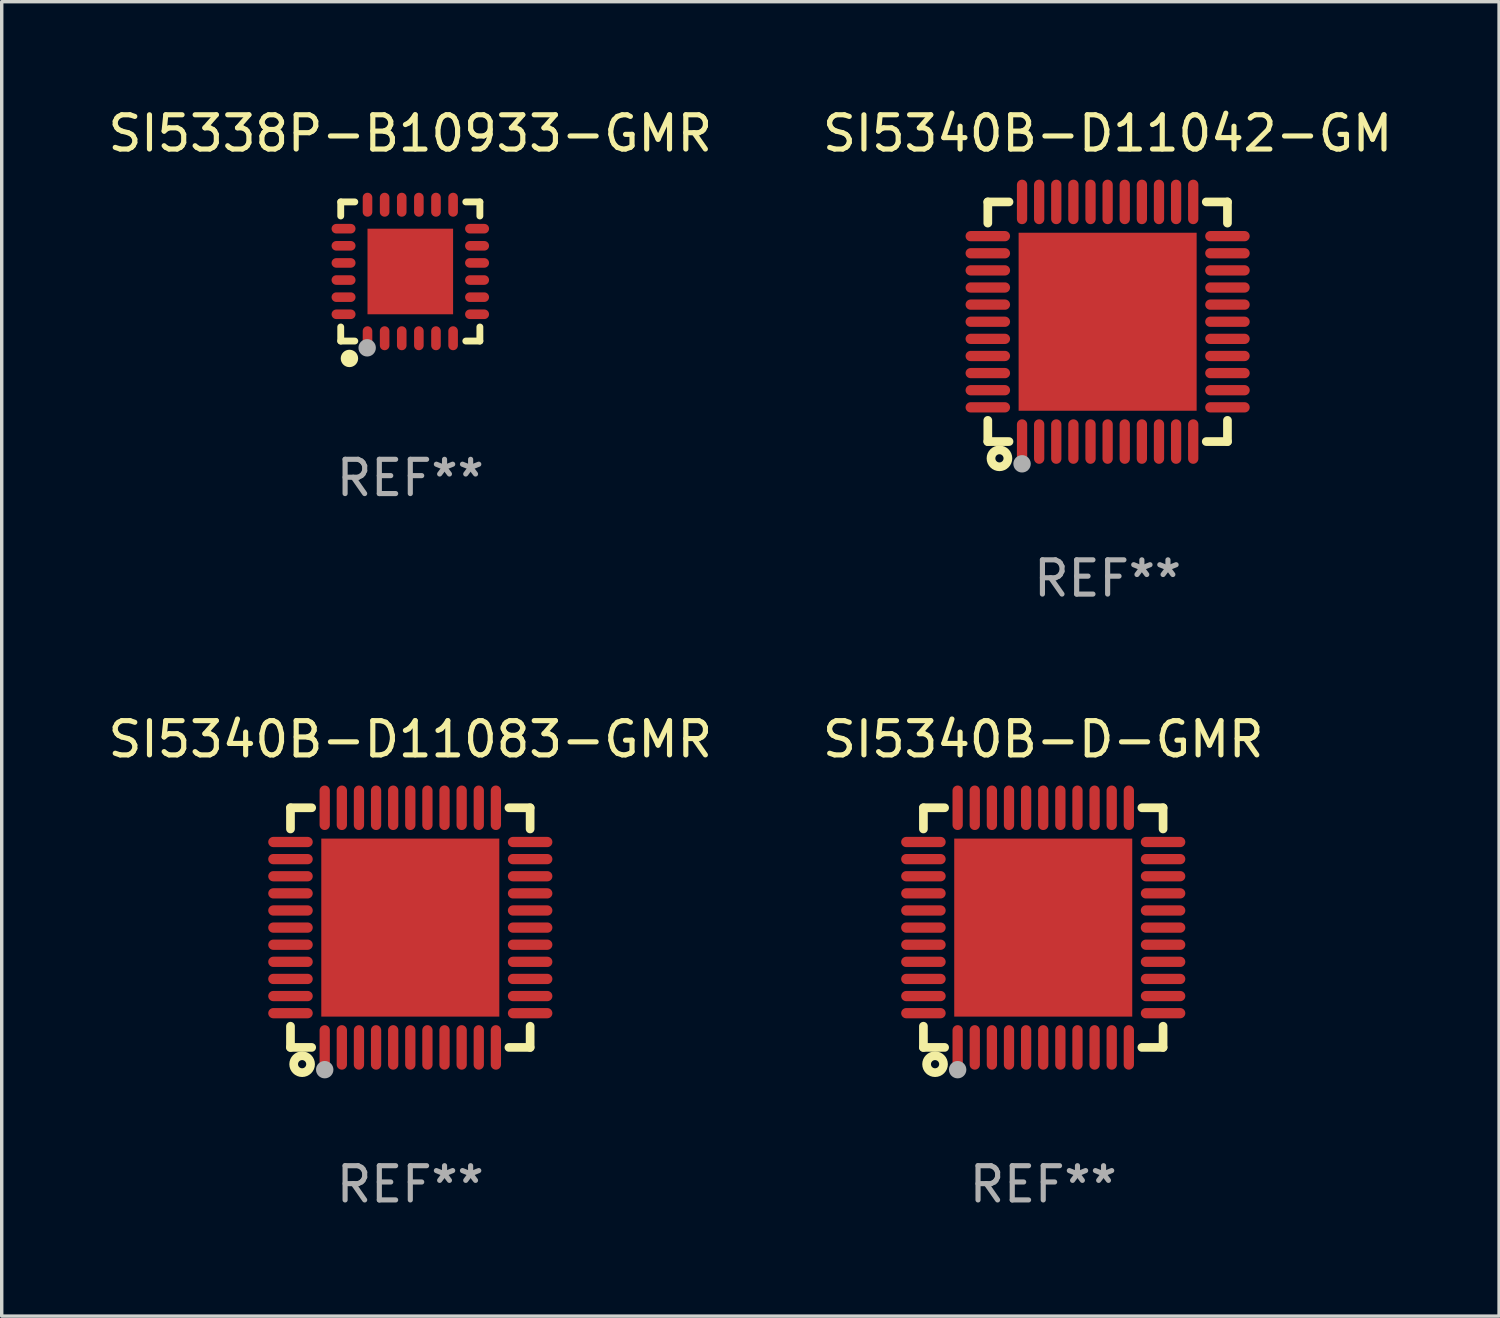
<source format=kicad_pcb>
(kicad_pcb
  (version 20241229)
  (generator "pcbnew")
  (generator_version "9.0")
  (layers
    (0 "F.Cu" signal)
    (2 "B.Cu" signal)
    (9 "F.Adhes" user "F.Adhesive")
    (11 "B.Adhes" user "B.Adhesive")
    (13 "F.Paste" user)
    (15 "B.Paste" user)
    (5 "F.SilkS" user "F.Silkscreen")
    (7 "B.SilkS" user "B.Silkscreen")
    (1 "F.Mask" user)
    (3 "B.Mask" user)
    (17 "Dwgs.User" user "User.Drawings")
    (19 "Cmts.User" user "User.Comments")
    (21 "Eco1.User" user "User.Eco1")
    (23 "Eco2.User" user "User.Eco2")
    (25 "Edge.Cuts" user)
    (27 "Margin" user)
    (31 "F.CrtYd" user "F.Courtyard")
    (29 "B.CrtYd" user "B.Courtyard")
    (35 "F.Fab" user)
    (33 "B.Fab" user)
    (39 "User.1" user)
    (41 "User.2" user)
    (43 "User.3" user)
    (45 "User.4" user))
  (footprint "SI5340B-D11083-GMR"
    (layer "F.Cu")
    (at 8.935 24.045)
    (property "Reference" "SI5340B-D11083-GMR" (at 0 -5.5 0) (layer "F.SilkS") (effects (font (size 1 1) (thickness 0.15))))
    (attr through_hole)
    (fp_line (start -3.5 -3.5) (end -2.881 -3.5) (stroke (width 0.254) (type solid)) (layer "F.SilkS"))
    (fp_line (start -3.5 -2.881) (end -3.5 -3.5) (stroke (width 0.254) (type solid)) (layer "F.SilkS"))
    (fp_line (start -3.5 3.5) (end -3.5 2.881) (stroke (width 0.254) (type solid)) (layer "F.SilkS"))
    (fp_line (start -2.881 3.5) (end -3.5 3.5) (stroke (width 0.254) (type solid)) (layer "F.SilkS"))
    (fp_line (start 2.881 -3.5) (end 3.5 -3.5) (stroke (width 0.254) (type solid)) (layer "F.SilkS"))
    (fp_line (start 3.5 -3.5) (end 3.5 -2.881) (stroke (width 0.254) (type solid)) (layer "F.SilkS"))
    (fp_line (start 3.5 2.881) (end 3.5 3.5) (stroke (width 0.254) (type solid)) (layer "F.SilkS"))
    (fp_line (start 3.5 3.5) (end 2.881 3.5) (stroke (width 0.254) (type solid)) (layer "F.SilkS"))
    (fp_circle (center -3.5 3.5) (end -3.47 3.5) (stroke (width 0.06) (type solid)) (fill no) (layer "F.SilkS"))
    (fp_circle (center -3.16 3.99) (end -3.04 3.99) (stroke (width 0.254) (type solid)) (fill no) (layer "F.SilkS"))
    (fp_circle (center -2.5 4.15) (end -2.373 4.15) (stroke (width 0.254) (type solid)) (fill no) (layer "F.Fab"))
    (fp_text user "REF**" (at 0 7.5 0) (layer "F.Fab") (effects (font (size 1 1) (thickness 0.15))))
    (pad "1" smd oval (at -2.5 3.5 90) (size 1.3 0.3) (layers "F.Cu" "F.Mask" "F.Paste"))
    (pad "2" smd oval (at -2 3.5 90) (size 1.3 0.3) (layers "F.Cu" "F.Mask" "F.Paste"))
    (pad "3" smd oval (at -1.5 3.5 90) (size 1.3 0.3) (layers "F.Cu" "F.Mask" "F.Paste"))
    (pad "4" smd oval (at -1 3.5 90) (size 1.3 0.3) (layers "F.Cu" "F.Mask" "F.Paste"))
    (pad "5" smd oval (at -0.5 3.5 90) (size 1.3 0.3) (layers "F.Cu" "F.Mask" "F.Paste"))
    (pad "6" smd oval (at -0.000127 3.5 90) (size 1.3 0.3) (layers "F.Cu" "F.Mask" "F.Paste"))
    (pad "7" smd oval (at 0.5 3.5 90) (size 1.3 0.3) (layers "F.Cu" "F.Mask" "F.Paste"))
    (pad "8" smd oval (at 1 3.5 90) (size 1.3 0.3) (layers "F.Cu" "F.Mask" "F.Paste"))
    (pad "9" smd oval (at 1.5 3.5 90) (size 1.3 0.3) (layers "F.Cu" "F.Mask" "F.Paste"))
    (pad "10" smd oval (at 2 3.5 90) (size 1.3 0.3) (layers "F.Cu" "F.Mask" "F.Paste"))
    (pad "11" smd oval (at 2.5 3.5 90) (size 1.3 0.3) (layers "F.Cu" "F.Mask" "F.Paste"))
    (pad "12" smd oval (at 3.5 2.5 90) (size 0.3 1.3) (layers "F.Cu" "F.Mask" "F.Paste"))
    (pad "13" smd oval (at 3.5 2 90) (size 0.3 1.3) (layers "F.Cu" "F.Mask" "F.Paste"))
    (pad "14" smd oval (at 3.5 1.5 90) (size 0.3 1.3) (layers "F.Cu" "F.Mask" "F.Paste"))
    (pad "15" smd oval (at 3.5 1 90) (size 0.3 1.3) (layers "F.Cu" "F.Mask" "F.Paste"))
    (pad "16" smd oval (at 3.5 0.5 90) (size 0.3 1.3) (layers "F.Cu" "F.Mask" "F.Paste"))
    (pad "17" smd oval (at 3.5 0.000127 90) (size 0.3 1.3) (layers "F.Cu" "F.Mask" "F.Paste"))
    (pad "18" smd oval (at 3.5 -0.5 90) (size 0.3 1.3) (layers "F.Cu" "F.Mask" "F.Paste"))
    (pad "19" smd oval (at 3.5 -1 90) (size 0.3 1.3) (layers "F.Cu" "F.Mask" "F.Paste"))
    (pad "20" smd oval (at 3.5 -1.5 90) (size 0.3 1.3) (layers "F.Cu" "F.Mask" "F.Paste"))
    (pad "21" smd oval (at 3.5 -2 90) (size 0.3 1.3) (layers "F.Cu" "F.Mask" "F.Paste"))
    (pad "22" smd oval (at 3.5 -2.5 90) (size 0.3 1.3) (layers "F.Cu" "F.Mask" "F.Paste"))
    (pad "23" smd oval (at 2.5 -3.5 90) (size 1.3 0.3) (layers "F.Cu" "F.Mask" "F.Paste"))
    (pad "24" smd oval (at 2 -3.5 90) (size 1.3 0.3) (layers "F.Cu" "F.Mask" "F.Paste"))
    (pad "25" smd oval (at 1.5 -3.5 90) (size 1.3 0.3) (layers "F.Cu" "F.Mask" "F.Paste"))
    (pad "26" smd oval (at 1 -3.5 90) (size 1.3 0.3) (layers "F.Cu" "F.Mask" "F.Paste"))
    (pad "27" smd oval (at 0.5 -3.5 90) (size 1.3 0.3) (layers "F.Cu" "F.Mask" "F.Paste"))
    (pad "28" smd oval (at -0.000127 -3.5 90) (size 1.3 0.3) (layers "F.Cu" "F.Mask" "F.Paste"))
    (pad "29" smd oval (at -0.5 -3.5 90) (size 1.3 0.3) (layers "F.Cu" "F.Mask" "F.Paste"))
    (pad "30" smd oval (at -1 -3.5 90) (size 1.3 0.3) (layers "F.Cu" "F.Mask" "F.Paste"))
    (pad "31" smd oval (at -1.5 -3.5 90) (size 1.3 0.3) (layers "F.Cu" "F.Mask" "F.Paste"))
    (pad "32" smd oval (at -2 -3.5 90) (size 1.3 0.3) (layers "F.Cu" "F.Mask" "F.Paste"))
    (pad "33" smd oval (at -2.5 -3.5 90) (size 1.3 0.3) (layers "F.Cu" "F.Mask" "F.Paste"))
    (pad "34" smd oval (at -3.5 -2.5 90) (size 0.3 1.3) (layers "F.Cu" "F.Mask" "F.Paste"))
    (pad "35" smd oval (at -3.5 -2 90) (size 0.3 1.3) (layers "F.Cu" "F.Mask" "F.Paste"))
    (pad "36" smd oval (at -3.5 -1.5 90) (size 0.3 1.3) (layers "F.Cu" "F.Mask" "F.Paste"))
    (pad "37" smd oval (at -3.5 -1 90) (size 0.3 1.3) (layers "F.Cu" "F.Mask" "F.Paste"))
    (pad "38" smd oval (at -3.5 -0.5 90) (size 0.3 1.3) (layers "F.Cu" "F.Mask" "F.Paste"))
    (pad "39" smd oval (at -3.5 0.000127 90) (size 0.3 1.3) (layers "F.Cu" "F.Mask" "F.Paste"))
    (pad "40" smd oval (at -3.5 0.5 90) (size 0.3 1.3) (layers "F.Cu" "F.Mask" "F.Paste"))
    (pad "41" smd oval (at -3.5 1 90) (size 0.3 1.3) (layers "F.Cu" "F.Mask" "F.Paste"))
    (pad "42" smd oval (at -3.5 1.5 90) (size 0.3 1.3) (layers "F.Cu" "F.Mask" "F.Paste"))
    (pad "43" smd oval (at -3.5 2 90) (size 0.3 1.3) (layers "F.Cu" "F.Mask" "F.Paste"))
    (pad "44" smd oval (at -3.5 2.5 90) (size 0.3 1.3) (layers "F.Cu" "F.Mask" "F.Paste"))
    (pad "45" smd rect (at -0.000127 0.000127 90) (size 5.2 5.2) (layers "F.Cu" "F.Mask" "F.Paste")))
  (footprint "SI5340B-D11042-GM"
    (layer "F.Cu")
    (at 29.304 6.348)
    (property "Reference" "SI5340B-D11042-GM" (at 0 -5.5 0) (layer "F.SilkS") (effects (font (size 1 1) (thickness 0.15))))
    (attr through_hole)
    (fp_line (start -3.5 -3.5) (end -2.881 -3.5) (stroke (width 0.254) (type solid)) (layer "F.SilkS"))
    (fp_line (start -3.5 -2.881) (end -3.5 -3.5) (stroke (width 0.254) (type solid)) (layer "F.SilkS"))
    (fp_line (start -3.5 3.5) (end -3.5 2.881) (stroke (width 0.254) (type solid)) (layer "F.SilkS"))
    (fp_line (start -2.881 3.5) (end -3.5 3.5) (stroke (width 0.254) (type solid)) (layer "F.SilkS"))
    (fp_line (start 2.881 -3.5) (end 3.5 -3.5) (stroke (width 0.254) (type solid)) (layer "F.SilkS"))
    (fp_line (start 3.5 -3.5) (end 3.5 -2.881) (stroke (width 0.254) (type solid)) (layer "F.SilkS"))
    (fp_line (start 3.5 2.881) (end 3.5 3.5) (stroke (width 0.254) (type solid)) (layer "F.SilkS"))
    (fp_line (start 3.5 3.5) (end 2.881 3.5) (stroke (width 0.254) (type solid)) (layer "F.SilkS"))
    (fp_circle (center -3.5 3.5) (end -3.47 3.5) (stroke (width 0.06) (type solid)) (fill no) (layer "F.SilkS"))
    (fp_circle (center -3.16 3.99) (end -3.04 3.99) (stroke (width 0.254) (type solid)) (fill no) (layer "F.SilkS"))
    (fp_circle (center -2.5 4.15) (end -2.373 4.15) (stroke (width 0.254) (type solid)) (fill no) (layer "F.Fab"))
    (fp_text user "REF**" (at 0 7.5 0) (layer "F.Fab") (effects (font (size 1 1) (thickness 0.15))))
    (pad "1" smd oval (at -2.5 3.5 90) (size 1.3 0.3) (layers "F.Cu" "F.Mask" "F.Paste"))
    (pad "2" smd oval (at -2 3.5 90) (size 1.3 0.3) (layers "F.Cu" "F.Mask" "F.Paste"))
    (pad "3" smd oval (at -1.5 3.5 90) (size 1.3 0.3) (layers "F.Cu" "F.Mask" "F.Paste"))
    (pad "4" smd oval (at -1 3.5 90) (size 1.3 0.3) (layers "F.Cu" "F.Mask" "F.Paste"))
    (pad "5" smd oval (at -0.5 3.5 90) (size 1.3 0.3) (layers "F.Cu" "F.Mask" "F.Paste"))
    (pad "6" smd oval (at -0.000127 3.5 90) (size 1.3 0.3) (layers "F.Cu" "F.Mask" "F.Paste"))
    (pad "7" smd oval (at 0.5 3.5 90) (size 1.3 0.3) (layers "F.Cu" "F.Mask" "F.Paste"))
    (pad "8" smd oval (at 1 3.5 90) (size 1.3 0.3) (layers "F.Cu" "F.Mask" "F.Paste"))
    (pad "9" smd oval (at 1.5 3.5 90) (size 1.3 0.3) (layers "F.Cu" "F.Mask" "F.Paste"))
    (pad "10" smd oval (at 2 3.5 90) (size 1.3 0.3) (layers "F.Cu" "F.Mask" "F.Paste"))
    (pad "11" smd oval (at 2.5 3.5 90) (size 1.3 0.3) (layers "F.Cu" "F.Mask" "F.Paste"))
    (pad "12" smd oval (at 3.5 2.5 90) (size 0.3 1.3) (layers "F.Cu" "F.Mask" "F.Paste"))
    (pad "13" smd oval (at 3.5 2 90) (size 0.3 1.3) (layers "F.Cu" "F.Mask" "F.Paste"))
    (pad "14" smd oval (at 3.5 1.5 90) (size 0.3 1.3) (layers "F.Cu" "F.Mask" "F.Paste"))
    (pad "15" smd oval (at 3.5 1 90) (size 0.3 1.3) (layers "F.Cu" "F.Mask" "F.Paste"))
    (pad "16" smd oval (at 3.5 0.5 90) (size 0.3 1.3) (layers "F.Cu" "F.Mask" "F.Paste"))
    (pad "17" smd oval (at 3.5 0.000127 90) (size 0.3 1.3) (layers "F.Cu" "F.Mask" "F.Paste"))
    (pad "18" smd oval (at 3.5 -0.5 90) (size 0.3 1.3) (layers "F.Cu" "F.Mask" "F.Paste"))
    (pad "19" smd oval (at 3.5 -1 90) (size 0.3 1.3) (layers "F.Cu" "F.Mask" "F.Paste"))
    (pad "20" smd oval (at 3.5 -1.5 90) (size 0.3 1.3) (layers "F.Cu" "F.Mask" "F.Paste"))
    (pad "21" smd oval (at 3.5 -2 90) (size 0.3 1.3) (layers "F.Cu" "F.Mask" "F.Paste"))
    (pad "22" smd oval (at 3.5 -2.5 90) (size 0.3 1.3) (layers "F.Cu" "F.Mask" "F.Paste"))
    (pad "23" smd oval (at 2.5 -3.5 90) (size 1.3 0.3) (layers "F.Cu" "F.Mask" "F.Paste"))
    (pad "24" smd oval (at 2 -3.5 90) (size 1.3 0.3) (layers "F.Cu" "F.Mask" "F.Paste"))
    (pad "25" smd oval (at 1.5 -3.5 90) (size 1.3 0.3) (layers "F.Cu" "F.Mask" "F.Paste"))
    (pad "26" smd oval (at 1 -3.5 90) (size 1.3 0.3) (layers "F.Cu" "F.Mask" "F.Paste"))
    (pad "27" smd oval (at 0.5 -3.5 90) (size 1.3 0.3) (layers "F.Cu" "F.Mask" "F.Paste"))
    (pad "28" smd oval (at -0.000127 -3.5 90) (size 1.3 0.3) (layers "F.Cu" "F.Mask" "F.Paste"))
    (pad "29" smd oval (at -0.5 -3.5 90) (size 1.3 0.3) (layers "F.Cu" "F.Mask" "F.Paste"))
    (pad "30" smd oval (at -1 -3.5 90) (size 1.3 0.3) (layers "F.Cu" "F.Mask" "F.Paste"))
    (pad "31" smd oval (at -1.5 -3.5 90) (size 1.3 0.3) (layers "F.Cu" "F.Mask" "F.Paste"))
    (pad "32" smd oval (at -2 -3.5 90) (size 1.3 0.3) (layers "F.Cu" "F.Mask" "F.Paste"))
    (pad "33" smd oval (at -2.5 -3.5 90) (size 1.3 0.3) (layers "F.Cu" "F.Mask" "F.Paste"))
    (pad "34" smd oval (at -3.5 -2.5 90) (size 0.3 1.3) (layers "F.Cu" "F.Mask" "F.Paste"))
    (pad "35" smd oval (at -3.5 -2 90) (size 0.3 1.3) (layers "F.Cu" "F.Mask" "F.Paste"))
    (pad "36" smd oval (at -3.5 -1.5 90) (size 0.3 1.3) (layers "F.Cu" "F.Mask" "F.Paste"))
    (pad "37" smd oval (at -3.5 -1 90) (size 0.3 1.3) (layers "F.Cu" "F.Mask" "F.Paste"))
    (pad "38" smd oval (at -3.5 -0.5 90) (size 0.3 1.3) (layers "F.Cu" "F.Mask" "F.Paste"))
    (pad "39" smd oval (at -3.5 0.000127 90) (size 0.3 1.3) (layers "F.Cu" "F.Mask" "F.Paste"))
    (pad "40" smd oval (at -3.5 0.5 90) (size 0.3 1.3) (layers "F.Cu" "F.Mask" "F.Paste"))
    (pad "41" smd oval (at -3.5 1 90) (size 0.3 1.3) (layers "F.Cu" "F.Mask" "F.Paste"))
    (pad "42" smd oval (at -3.5 1.5 90) (size 0.3 1.3) (layers "F.Cu" "F.Mask" "F.Paste"))
    (pad "43" smd oval (at -3.5 2 90) (size 0.3 1.3) (layers "F.Cu" "F.Mask" "F.Paste"))
    (pad "44" smd oval (at -3.5 2.5 90) (size 0.3 1.3) (layers "F.Cu" "F.Mask" "F.Paste"))
    (pad "45" smd rect (at -0.000127 0.000127 90) (size 5.2 5.2) (layers "F.Cu" "F.Mask" "F.Paste")))
  (footprint "SI5338P-B10933-GMR"
    (layer "F.Cu")
    (at 8.935 4.88)
    (property "Reference" "SI5338P-B10933-GMR" (at 0 -4.032 0) (layer "F.SilkS") (effects (font (size 1 1) (thickness 0.15))))
    (attr through_hole)
    (fp_line (start -2.032 -2.032) (end -1.621 -2.032) (stroke (width 0.2) (type solid)) (layer "F.SilkS"))
    (fp_line (start -2.032 -1.621) (end -2.032 -2.032) (stroke (width 0.2) (type solid)) (layer "F.SilkS"))
    (fp_line (start -2.032 2.032) (end -2.032 1.621) (stroke (width 0.2) (type solid)) (layer "F.SilkS"))
    (fp_line (start -1.621 2.032) (end -2.032 2.032) (stroke (width 0.2) (type solid)) (layer "F.SilkS"))
    (fp_line (start 1.621 -2.032) (end 2.032 -2.032) (stroke (width 0.2) (type solid)) (layer "F.SilkS"))
    (fp_line (start 2.032 -2.032) (end 2.032 -1.621) (stroke (width 0.2) (type solid)) (layer "F.SilkS"))
    (fp_line (start 2.032 1.621) (end 2.032 2.032) (stroke (width 0.2) (type solid)) (layer "F.SilkS"))
    (fp_line (start 2.032 2.032) (end 1.621 2.032) (stroke (width 0.2) (type solid)) (layer "F.SilkS"))
    (fp_circle (center -2 2) (end -1.97 2) (stroke (width 0.06) (type solid)) (fill no) (layer "F.SilkS"))
    (fp_circle (center -1.778 2.54) (end -1.651 2.54) (stroke (width 0.254) (type solid)) (fill no) (layer "F.SilkS"))
    (fp_circle (center -1.26 2.23) (end -1.133 2.23) (stroke (width 0.254) (type solid)) (fill no) (layer "F.Fab"))
    (fp_text user "REF**" (at 0 6.032 0) (layer "F.Fab") (effects (font (size 1 1) (thickness 0.15))))
    (pad "1" smd oval (at -1.25 1.95 180) (size 0.28 0.7) (layers "F.Cu" "F.Mask" "F.Paste"))
    (pad "2" smd oval (at -0.75 1.95 180) (size 0.28 0.7) (layers "F.Cu" "F.Mask" "F.Paste"))
    (pad "3" smd oval (at -0.25 1.95 180) (size 0.28 0.7) (layers "F.Cu" "F.Mask" "F.Paste"))
    (pad "4" smd oval (at 0.25 1.95 180) (size 0.28 0.7) (layers "F.Cu" "F.Mask" "F.Paste"))
    (pad "5" smd oval (at 0.75 1.95 180) (size 0.28 0.7) (layers "F.Cu" "F.Mask" "F.Paste"))
    (pad "6" smd oval (at 1.25 1.95 180) (size 0.28 0.7) (layers "F.Cu" "F.Mask" "F.Paste"))
    (pad "7" smd oval (at 1.95 1.25 270) (size 0.28 0.7) (layers "F.Cu" "F.Mask" "F.Paste"))
    (pad "8" smd oval (at 1.95 0.75 270) (size 0.28 0.7) (layers "F.Cu" "F.Mask" "F.Paste"))
    (pad "9" smd oval (at 1.95 0.25 270) (size 0.28 0.7) (layers "F.Cu" "F.Mask" "F.Paste"))
    (pad "10" smd oval (at 1.95 -0.25 270) (size 0.28 0.7) (layers "F.Cu" "F.Mask" "F.Paste"))
    (pad "11" smd oval (at 1.95 -0.75 270) (size 0.28 0.7) (layers "F.Cu" "F.Mask" "F.Paste"))
    (pad "12" smd oval (at 1.95 -1.25 270) (size 0.28 0.7) (layers "F.Cu" "F.Mask" "F.Paste"))
    (pad "13" smd oval (at 1.25 -1.95) (size 0.28 0.7) (layers "F.Cu" "F.Mask" "F.Paste"))
    (pad "14" smd oval (at 0.75 -1.95) (size 0.28 0.7) (layers "F.Cu" "F.Mask" "F.Paste"))
    (pad "15" smd oval (at 0.25 -1.95) (size 0.28 0.7) (layers "F.Cu" "F.Mask" "F.Paste"))
    (pad "16" smd oval (at -0.25 -1.95) (size 0.28 0.7) (layers "F.Cu" "F.Mask" "F.Paste"))
    (pad "17" smd oval (at -0.75 -1.95) (size 0.28 0.7) (layers "F.Cu" "F.Mask" "F.Paste"))
    (pad "18" smd oval (at -1.25 -1.95) (size 0.28 0.7) (layers "F.Cu" "F.Mask" "F.Paste"))
    (pad "19" smd oval (at -1.95 -1.25 90) (size 0.28 0.7) (layers "F.Cu" "F.Mask" "F.Paste"))
    (pad "20" smd oval (at -1.95 -0.75 90) (size 0.28 0.7) (layers "F.Cu" "F.Mask" "F.Paste"))
    (pad "21" smd oval (at -1.95 -0.25 90) (size 0.28 0.7) (layers "F.Cu" "F.Mask" "F.Paste"))
    (pad "22" smd oval (at -1.95 0.25 90) (size 0.28 0.7) (layers "F.Cu" "F.Mask" "F.Paste"))
    (pad "23" smd oval (at -1.95 0.75 90) (size 0.28 0.7) (layers "F.Cu" "F.Mask" "F.Paste"))
    (pad "24" smd oval (at -1.95 1.25 90) (size 0.28 0.7) (layers "F.Cu" "F.Mask" "F.Paste"))
    (pad "25" smd rect (at -0.000178 0.000025 90) (size 2.5 2.5) (layers "F.Cu" "F.Mask" "F.Paste")))
  (footprint "SI5340B-D-GMR"
    (layer "F.Cu")
    (at 27.423 24.045)
    (property "Reference" "SI5340B-D-GMR" (at 0 -5.5 0) (layer "F.SilkS") (effects (font (size 1 1) (thickness 0.15))))
    (attr through_hole)
    (fp_line (start -3.5 -3.5) (end -2.881 -3.5) (stroke (width 0.254) (type solid)) (layer "F.SilkS"))
    (fp_line (start -3.5 -2.881) (end -3.5 -3.5) (stroke (width 0.254) (type solid)) (layer "F.SilkS"))
    (fp_line (start -3.5 3.5) (end -3.5 2.881) (stroke (width 0.254) (type solid)) (layer "F.SilkS"))
    (fp_line (start -2.881 3.5) (end -3.5 3.5) (stroke (width 0.254) (type solid)) (layer "F.SilkS"))
    (fp_line (start 2.881 -3.5) (end 3.5 -3.5) (stroke (width 0.254) (type solid)) (layer "F.SilkS"))
    (fp_line (start 3.5 -3.5) (end 3.5 -2.881) (stroke (width 0.254) (type solid)) (layer "F.SilkS"))
    (fp_line (start 3.5 2.881) (end 3.5 3.5) (stroke (width 0.254) (type solid)) (layer "F.SilkS"))
    (fp_line (start 3.5 3.5) (end 2.881 3.5) (stroke (width 0.254) (type solid)) (layer "F.SilkS"))
    (fp_circle (center -3.5 3.5) (end -3.47 3.5) (stroke (width 0.06) (type solid)) (fill no) (layer "F.SilkS"))
    (fp_circle (center -3.16 3.99) (end -3.04 3.99) (stroke (width 0.254) (type solid)) (fill no) (layer "F.SilkS"))
    (fp_circle (center -2.5 4.15) (end -2.373 4.15) (stroke (width 0.254) (type solid)) (fill no) (layer "F.Fab"))
    (fp_text user "REF**" (at 0 7.5 0) (layer "F.Fab") (effects (font (size 1 1) (thickness 0.15))))
    (pad "1" smd oval (at -2.5 3.5 90) (size 1.3 0.3) (layers "F.Cu" "F.Mask" "F.Paste"))
    (pad "2" smd oval (at -2 3.5 90) (size 1.3 0.3) (layers "F.Cu" "F.Mask" "F.Paste"))
    (pad "3" smd oval (at -1.5 3.5 90) (size 1.3 0.3) (layers "F.Cu" "F.Mask" "F.Paste"))
    (pad "4" smd oval (at -1 3.5 90) (size 1.3 0.3) (layers "F.Cu" "F.Mask" "F.Paste"))
    (pad "5" smd oval (at -0.5 3.5 90) (size 1.3 0.3) (layers "F.Cu" "F.Mask" "F.Paste"))
    (pad "6" smd oval (at -0.000127 3.5 90) (size 1.3 0.3) (layers "F.Cu" "F.Mask" "F.Paste"))
    (pad "7" smd oval (at 0.5 3.5 90) (size 1.3 0.3) (layers "F.Cu" "F.Mask" "F.Paste"))
    (pad "8" smd oval (at 1 3.5 90) (size 1.3 0.3) (layers "F.Cu" "F.Mask" "F.Paste"))
    (pad "9" smd oval (at 1.5 3.5 90) (size 1.3 0.3) (layers "F.Cu" "F.Mask" "F.Paste"))
    (pad "10" smd oval (at 2 3.5 90) (size 1.3 0.3) (layers "F.Cu" "F.Mask" "F.Paste"))
    (pad "11" smd oval (at 2.5 3.5 90) (size 1.3 0.3) (layers "F.Cu" "F.Mask" "F.Paste"))
    (pad "12" smd oval (at 3.5 2.5 90) (size 0.3 1.3) (layers "F.Cu" "F.Mask" "F.Paste"))
    (pad "13" smd oval (at 3.5 2 90) (size 0.3 1.3) (layers "F.Cu" "F.Mask" "F.Paste"))
    (pad "14" smd oval (at 3.5 1.5 90) (size 0.3 1.3) (layers "F.Cu" "F.Mask" "F.Paste"))
    (pad "15" smd oval (at 3.5 1 90) (size 0.3 1.3) (layers "F.Cu" "F.Mask" "F.Paste"))
    (pad "16" smd oval (at 3.5 0.5 90) (size 0.3 1.3) (layers "F.Cu" "F.Mask" "F.Paste"))
    (pad "17" smd oval (at 3.5 0.000127 90) (size 0.3 1.3) (layers "F.Cu" "F.Mask" "F.Paste"))
    (pad "18" smd oval (at 3.5 -0.5 90) (size 0.3 1.3) (layers "F.Cu" "F.Mask" "F.Paste"))
    (pad "19" smd oval (at 3.5 -1 90) (size 0.3 1.3) (layers "F.Cu" "F.Mask" "F.Paste"))
    (pad "20" smd oval (at 3.5 -1.5 90) (size 0.3 1.3) (layers "F.Cu" "F.Mask" "F.Paste"))
    (pad "21" smd oval (at 3.5 -2 90) (size 0.3 1.3) (layers "F.Cu" "F.Mask" "F.Paste"))
    (pad "22" smd oval (at 3.5 -2.5 90) (size 0.3 1.3) (layers "F.Cu" "F.Mask" "F.Paste"))
    (pad "23" smd oval (at 2.5 -3.5 90) (size 1.3 0.3) (layers "F.Cu" "F.Mask" "F.Paste"))
    (pad "24" smd oval (at 2 -3.5 90) (size 1.3 0.3) (layers "F.Cu" "F.Mask" "F.Paste"))
    (pad "25" smd oval (at 1.5 -3.5 90) (size 1.3 0.3) (layers "F.Cu" "F.Mask" "F.Paste"))
    (pad "26" smd oval (at 1 -3.5 90) (size 1.3 0.3) (layers "F.Cu" "F.Mask" "F.Paste"))
    (pad "27" smd oval (at 0.5 -3.5 90) (size 1.3 0.3) (layers "F.Cu" "F.Mask" "F.Paste"))
    (pad "28" smd oval (at -0.000127 -3.5 90) (size 1.3 0.3) (layers "F.Cu" "F.Mask" "F.Paste"))
    (pad "29" smd oval (at -0.5 -3.5 90) (size 1.3 0.3) (layers "F.Cu" "F.Mask" "F.Paste"))
    (pad "30" smd oval (at -1 -3.5 90) (size 1.3 0.3) (layers "F.Cu" "F.Mask" "F.Paste"))
    (pad "31" smd oval (at -1.5 -3.5 90) (size 1.3 0.3) (layers "F.Cu" "F.Mask" "F.Paste"))
    (pad "32" smd oval (at -2 -3.5 90) (size 1.3 0.3) (layers "F.Cu" "F.Mask" "F.Paste"))
    (pad "33" smd oval (at -2.5 -3.5 90) (size 1.3 0.3) (layers "F.Cu" "F.Mask" "F.Paste"))
    (pad "34" smd oval (at -3.5 -2.5 90) (size 0.3 1.3) (layers "F.Cu" "F.Mask" "F.Paste"))
    (pad "35" smd oval (at -3.5 -2 90) (size 0.3 1.3) (layers "F.Cu" "F.Mask" "F.Paste"))
    (pad "36" smd oval (at -3.5 -1.5 90) (size 0.3 1.3) (layers "F.Cu" "F.Mask" "F.Paste"))
    (pad "37" smd oval (at -3.5 -1 90) (size 0.3 1.3) (layers "F.Cu" "F.Mask" "F.Paste"))
    (pad "38" smd oval (at -3.5 -0.5 90) (size 0.3 1.3) (layers "F.Cu" "F.Mask" "F.Paste"))
    (pad "39" smd oval (at -3.5 0.000127 90) (size 0.3 1.3) (layers "F.Cu" "F.Mask" "F.Paste"))
    (pad "40" smd oval (at -3.5 0.5 90) (size 0.3 1.3) (layers "F.Cu" "F.Mask" "F.Paste"))
    (pad "41" smd oval (at -3.5 1 90) (size 0.3 1.3) (layers "F.Cu" "F.Mask" "F.Paste"))
    (pad "42" smd oval (at -3.5 1.5 90) (size 0.3 1.3) (layers "F.Cu" "F.Mask" "F.Paste"))
    (pad "43" smd oval (at -3.5 2 90) (size 0.3 1.3) (layers "F.Cu" "F.Mask" "F.Paste"))
    (pad "44" smd oval (at -3.5 2.5 90) (size 0.3 1.3) (layers "F.Cu" "F.Mask" "F.Paste"))
    (pad "45" smd rect (at -0.000127 0.000127 90) (size 5.2 5.2) (layers "F.Cu" "F.Mask" "F.Paste")))
  (gr_rect
    (start -3 -3)
    (end 40.738 35.393)
    (stroke (width 0.1) (type default))
    (fill no)
    (layer "Edge.Cuts")))
</source>
